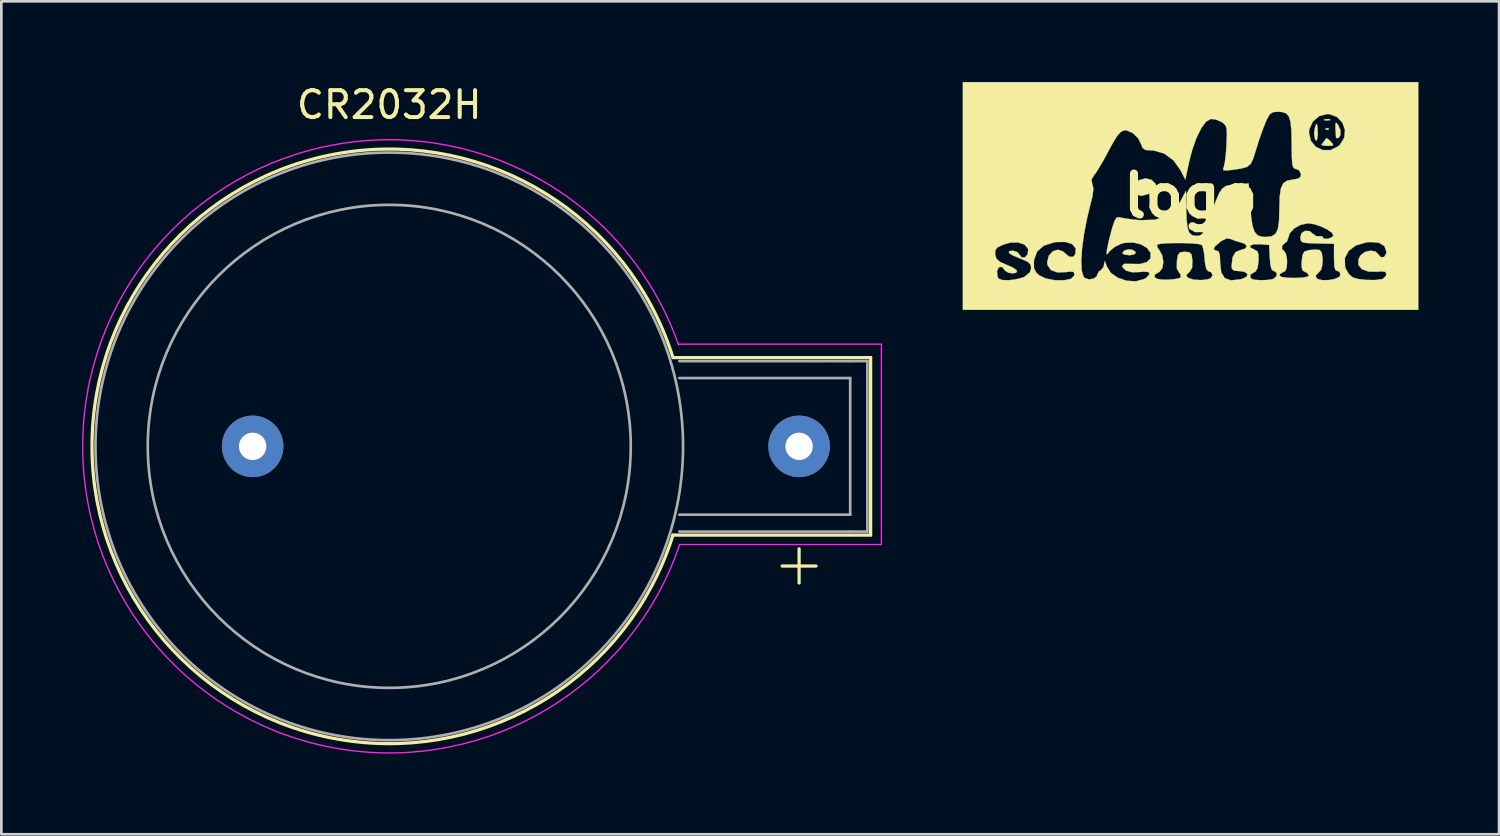
<source format=kicad_pcb>
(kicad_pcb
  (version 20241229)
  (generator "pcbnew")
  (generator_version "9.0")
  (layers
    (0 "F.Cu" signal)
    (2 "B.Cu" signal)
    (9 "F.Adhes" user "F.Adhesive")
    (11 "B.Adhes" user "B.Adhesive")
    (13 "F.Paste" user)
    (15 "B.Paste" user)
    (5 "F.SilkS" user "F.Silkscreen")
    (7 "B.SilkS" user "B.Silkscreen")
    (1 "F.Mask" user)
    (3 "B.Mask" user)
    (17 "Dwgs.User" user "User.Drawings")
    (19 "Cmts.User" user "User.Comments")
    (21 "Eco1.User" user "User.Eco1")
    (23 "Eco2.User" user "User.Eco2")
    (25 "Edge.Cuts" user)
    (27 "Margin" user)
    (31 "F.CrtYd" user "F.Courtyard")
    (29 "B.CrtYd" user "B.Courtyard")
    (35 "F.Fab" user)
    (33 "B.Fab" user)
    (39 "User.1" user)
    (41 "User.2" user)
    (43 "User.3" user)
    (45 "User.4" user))
  (footprint "logo"
    (layer "F.Cu")
    (at 41.222 4.238)
    (property "Reference" "logo" (at 0 0 0) (layer "F.SilkS") (effects (font (size 1.524 1.524) (thickness 0.3))))
    (attr through_hole)
    (fp_poly (pts (xy 5.136 -2.512) (xy 5.125 -2.461) (xy 5.08 -2.455) (xy 5.01 -2.486) (xy 5.024 -2.512) (xy 5.124 -2.522) (xy 5.136 -2.512)) (stroke (width 0.01) (type solid)) (fill yes) (layer "F.SilkS"))
    (fp_poly (pts (xy 5.186 -2.85) (xy 5.196 -2.819) (xy 5.08 -2.807) (xy 4.96 -2.821) (xy 4.974 -2.85) (xy 5.148 -2.861) (xy 5.186 -2.85)) (stroke (width 0.01) (type solid)) (fill yes) (layer "F.SilkS"))
    (fp_poly (pts (xy -2.159 2.001) (xy -2.039 2.084) (xy -2.07 2.159) (xy -2.235 2.2) (xy -2.286 2.201) (xy -2.464 2.179) (xy -2.54 2.127) (xy -2.54 2.126) (xy -2.469 2.03) (xy -2.309 1.983) (xy -2.159 2.001)) (stroke (width 0.01) (type solid)) (fill yes) (layer "F.SilkS"))
    (fp_poly (pts (xy 4.698 -2.67) (xy 4.72 -2.561) (xy 4.733 -2.313) (xy 4.72 -2.18) (xy 4.688 -2.054) (xy 4.646 -2.084) (xy 4.62 -2.138) (xy 4.593 -2.328) (xy 4.62 -2.519) (xy 4.67 -2.672) (xy 4.698 -2.67)) (stroke (width 0.01) (type solid)) (fill yes) (layer "F.SilkS"))
    (fp_poly (pts (xy 5.482 -2.652) (xy 5.574 -2.447) (xy 5.571 -2.254) (xy 5.503 -2.159) (xy 5.418 -2.154) (xy 5.409 -2.175) (xy 5.399 -2.301) (xy 5.388 -2.511) (xy 5.388 -2.52) (xy 5.388 -2.696) (xy 5.42 -2.724) (xy 5.482 -2.652)) (stroke (width 0.01) (type solid)) (fill yes) (layer "F.SilkS"))
    (fp_poly (pts (xy 5.18 -2.061) (xy 5.201 -2.038) (xy 5.299 -1.92) (xy 5.279 -1.872) (xy 5.118 -1.864) (xy 5.072 -1.864) (xy 4.907 -1.88) (xy 4.866 -1.917) (xy 4.877 -1.927) (xy 4.989 -2.062) (xy 5.006 -2.102) (xy 5.064 -2.151) (xy 5.18 -2.061)) (stroke (width 0.01) (type solid)) (fill yes) (layer "F.SilkS"))
    (fp_poly (pts (xy -1.447 -0.597) (xy -1.296 -0.447) (xy -1.295 -0.273) (xy -1.441 -0.121) (xy -1.486 -0.098) (xy -1.818 -0.006) (xy -2.088 -0.066) (xy -2.113 -0.08) (xy -2.189 -0.159) (xy -2.168 -0.278) (xy -2.118 -0.378) (xy -1.926 -0.587) (xy -1.673 -0.657) (xy -1.447 -0.597)) (stroke (width 0.01) (type solid)) (fill yes) (layer "F.SilkS"))
    (fp_poly (pts (xy 8.467 4.233) (xy -8.467 4.233) (xy -8.467 2.176) (xy -7.266 2.176) (xy -7.216 2.337) (xy -7.084 2.452) (xy -6.862 2.548) (xy -6.632 2.649) (xy -6.481 2.746) (xy -6.453 2.783) (xy -6.488 2.856) (xy -6.617 2.878) (xy -6.773 2.853) (xy -6.892 2.784) (xy -6.912 2.752) (xy -7.013 2.634) (xy -7.129 2.652) (xy -7.195 2.788) (xy -7.197 2.822) (xy -7.175 3) (xy -7.14 3.076) (xy -6.998 3.125) (xy -6.757 3.131) (xy -6.482 3.097) (xy -6.237 3.031) (xy -6.176 3.003) (xy -5.975 2.839) (xy -5.927 2.673) (xy -5.957 2.541) (xy -6.071 2.439) (xy -6.085 2.433) (xy -5.825 2.433) (xy -5.822 2.68) (xy -5.744 2.843) (xy -5.623 2.954) (xy -5.378 3.069) (xy -5.045 3.132) (xy -4.7 3.134) (xy -4.452 3.081) (xy -4.335 2.971) (xy -4.318 2.903) (xy -4.357 2.821) (xy -4.499 2.812) (xy -4.604 2.829) (xy -4.946 2.844) (xy -5.192 2.755) (xy -5.321 2.571) (xy -5.334 2.468) (xy -5.321 2.416) (xy -4.064 2.416) (xy -4.047 2.77) (xy -3.981 2.996) (xy -3.941 3.045) (xy -3.78 3.102) (xy -3.604 3.074) (xy -3.486 2.98) (xy -3.471 2.924) (xy -3.403 2.799) (xy -3.344 2.763) (xy -3.241 2.649) (xy -3.21 2.521) (xy -3.196 2.423) (xy -3.163 2.474) (xy -3.123 2.602) (xy -2.97 2.853) (xy -2.704 3.041) (xy -2.375 3.152) (xy -2.032 3.172) (xy -1.725 3.087) (xy -1.63 3.026) (xy -1.542 2.924) (xy -1.332 2.924) (xy -1.33 3.024) (xy -1.249 3.078) (xy -1.079 3.11) (xy -0.84 3.113) (xy -0.597 3.092) (xy -0.416 3.052) (xy -0.363 3.019) (xy -0.376 2.906) (xy -0.432 2.845) (xy -0.512 2.688) (xy -0.508 2.413) (xy -0.468 2.195) (xy -0.395 2.098) (xy -0.246 2.075) (xy -0.212 2.074) (xy -0.045 2.091) (xy 0.034 2.173) (xy 0.066 2.369) (xy 0.069 2.4) (xy 0.058 2.664) (xy -0.038 2.826) (xy -0.058 2.842) (xy -0.16 2.943) (xy -0.123 3.017) (xy -0.085 3.045) (xy 0.11 3.109) (xy 0.38 3.127) (xy 0.634 3.1) (xy 0.752 3.056) (xy 0.819 2.944) (xy 0.763 2.832) (xy 0.651 2.794) (xy 0.584 2.714) (xy 0.537 2.493) (xy 0.525 2.349) (xy 0.495 2.081) (xy 0.473 1.988) (xy 0.855 1.988) (xy 0.955 2.032) (xy 0.974 2.032) (xy 1.051 2.074) (xy 1.09 2.222) (xy 1.101 2.493) (xy 1.141 2.843) (xy 1.271 3.054) (xy 1.502 3.137) (xy 1.847 3.099) (xy 1.926 3.079) (xy 2.093 2.994) (xy 2.112 2.895) (xy 1.995 2.817) (xy 1.82 2.794) (xy 1.619 2.777) (xy 1.537 2.706) (xy 1.525 2.603) (xy 1.563 2.273) (xy 1.677 2.082) (xy 1.844 2.016) (xy 2.037 1.954) (xy 2.089 1.858) (xy 2.08 1.85) (xy 2.211 1.85) (xy 2.23 1.922) (xy 2.374 1.991) (xy 2.483 2.055) (xy 2.528 2.188) (xy 2.528 2.419) (xy 2.492 2.681) (xy 2.41 2.814) (xy 2.355 2.841) (xy 2.215 2.931) (xy 2.236 3.052) (xy 2.258 3.076) (xy 2.38 3.115) (xy 2.599 3.131) (xy 2.845 3.123) (xy 3.048 3.093) (xy 3.083 3.081) (xy 3.194 2.985) (xy 3.198 2.955) (xy 3.302 2.955) (xy 3.382 3.009) (xy 3.609 3.041) (xy 3.852 3.048) (xy 4.171 3.034) (xy 4.36 2.996) (xy 4.403 2.955) (xy 4.333 2.859) (xy 4.254 2.824) (xy 4.161 2.764) (xy 4.128 2.619) (xy 4.135 2.417) (xy 4.165 2.185) (xy 4.23 2.07) (xy 4.368 2.02) (xy 4.432 2.009) (xy 4.652 1.993) (xy 4.805 2.01) (xy 4.88 2.117) (xy 4.912 2.32) (xy 4.902 2.552) (xy 4.853 2.744) (xy 4.784 2.825) (xy 4.671 2.94) (xy 4.657 3.007) (xy 4.728 3.091) (xy 4.906 3.13) (xy 5.135 3.127) (xy 5.359 3.086) (xy 5.523 3.012) (xy 5.572 2.942) (xy 5.539 2.816) (xy 5.467 2.794) (xy 5.391 2.76) (xy 5.349 2.635) (xy 5.335 2.385) (xy 5.334 2.312) (xy 5.737 2.312) (xy 5.746 2.632) (xy 5.765 2.695) (xy 5.887 2.903) (xy 6.037 3.031) (xy 6.254 3.09) (xy 6.558 3.122) (xy 6.872 3.124) (xy 7.114 3.092) (xy 7.147 3.081) (xy 7.264 2.971) (xy 7.281 2.903) (xy 7.24 2.821) (xy 7.091 2.803) (xy 6.964 2.815) (xy 6.617 2.812) (xy 6.369 2.721) (xy 6.24 2.56) (xy 6.248 2.345) (xy 6.322 2.207) (xy 6.48 2.083) (xy 6.688 2.033) (xy 6.876 2.063) (xy 6.973 2.159) (xy 7.077 2.279) (xy 7.198 2.266) (xy 7.276 2.137) (xy 7.281 2.077) (xy 7.21 1.863) (xy 7.004 1.74) (xy 6.675 1.712) (xy 6.534 1.726) (xy 6.148 1.838) (xy 5.877 2.04) (xy 5.737 2.312) (xy 5.334 2.312) (xy 5.334 2.286) (xy 5.334 1.778) (xy 4.826 1.767) (xy 4.478 1.759) (xy 4.265 1.744) (xy 4.151 1.713) (xy 4.101 1.656) (xy 4.082 1.562) (xy 4.08 1.552) (xy 4.121 1.385) (xy 4.258 1.296) (xy 4.427 1.307) (xy 4.54 1.397) (xy 4.683 1.498) (xy 4.78 1.495) (xy 4.891 1.494) (xy 4.911 1.533) (xy 4.974 1.591) (xy 5.114 1.588) (xy 5.252 1.536) (xy 5.31 1.471) (xy 5.263 1.372) (xy 5.099 1.254) (xy 4.866 1.14) (xy 4.611 1.053) (xy 4.381 1.016) (xy 4.369 1.016) (xy 4.098 1.07) (xy 3.853 1.206) (xy 3.685 1.388) (xy 3.641 1.533) (xy 3.584 1.693) (xy 3.514 1.747) (xy 3.404 1.85) (xy 3.402 1.98) (xy 3.483 2.05) (xy 3.545 2.147) (xy 3.584 2.35) (xy 3.589 2.434) (xy 3.576 2.676) (xy 3.512 2.796) (xy 3.45 2.824) (xy 3.324 2.901) (xy 3.302 2.955) (xy 3.198 2.955) (xy 3.207 2.866) (xy 3.119 2.796) (xy 3.095 2.794) (xy 3.017 2.742) (xy 2.969 2.568) (xy 2.946 2.307) (xy 2.921 1.82) (xy 2.561 1.794) (xy 2.327 1.801) (xy 2.211 1.85) (xy 2.08 1.85) (xy 1.991 1.765) (xy 1.89 1.734) (xy 1.657 1.667) (xy 1.502 1.602) (xy 1.347 1.576) (xy 1.152 1.67) (xy 1.099 1.708) (xy 0.904 1.878) (xy 0.855 1.988) (xy 0.473 1.988) (xy 0.447 1.881) (xy 0.415 1.82) (xy 0.301 1.788) (xy 0.066 1.765) (xy -0.242 1.752) (xy -0.575 1.75) (xy -0.885 1.759) (xy -1.125 1.779) (xy -1.245 1.81) (xy -1.247 1.811) (xy -1.236 1.903) (xy -1.157 2.017) (xy -1.047 2.22) (xy -1.013 2.463) (xy -1.05 2.685) (xy -1.157 2.824) (xy -1.185 2.836) (xy -1.332 2.924) (xy -1.542 2.924) (xy -1.523 2.901) (xy -1.569 2.827) (xy -1.756 2.813) (xy -1.866 2.827) (xy -2.166 2.837) (xy -2.401 2.775) (xy -2.528 2.655) (xy -2.54 2.596) (xy -2.468 2.524) (xy -2.249 2.523) (xy -2.244 2.524) (xy -1.889 2.529) (xy -1.626 2.458) (xy -1.491 2.323) (xy -1.487 2.115) (xy -1.616 1.934) (xy -1.842 1.8) (xy -2.13 1.73) (xy -2.444 1.742) (xy -2.571 1.774) (xy -2.814 1.891) (xy -3 2.041) (xy -3.014 2.06) (xy -3.101 2.169) (xy -3.128 2.156) (xy -3.108 2.002) (xy -3.096 1.933) (xy -3.039 1.663) (xy -2.955 1.334) (xy -2.913 1.184) (xy -2.829 0.931) (xy -2.756 0.81) (xy -2.665 0.786) (xy -2.598 0.801) (xy -2.417 0.837) (xy -2.135 0.875) (xy -1.863 0.901) (xy -1.32 0.882) (xy -0.881 0.731) (xy -0.54 0.446) (xy -0.364 0.177) (xy -0.169 -0.196) (xy -0.161 0.431) (xy -0.147 0.876) (xy -0.113 1.177) (xy -0.05 1.361) (xy 0.051 1.454) (xy 0.2 1.482) (xy 0.215 1.482) (xy 0.326 1.474) (xy 0.412 1.433) (xy 0.492 1.331) (xy 0.581 1.142) (xy 0.699 0.837) (xy 0.797 0.57) (xy 0.947 0.164) (xy 1.065 -0.11) (xy 1.18 -0.28) (xy 1.319 -0.373) (xy 1.51 -0.418) (xy 1.781 -0.441) (xy 1.82 -0.443) (xy 2.159 -0.466) (xy 2.212 0.296) (xy 2.253 0.781) (xy 2.306 1.12) (xy 2.384 1.34) (xy 2.497 1.464) (xy 2.657 1.516) (xy 2.794 1.524) (xy 3.008 1.5) (xy 3.154 1.412) (xy 3.243 1.234) (xy 3.289 0.941) (xy 3.302 0.507) (xy 3.302 0.466) (xy 3.314 0.022) (xy 3.357 -0.281) (xy 3.445 -0.469) (xy 3.588 -0.57) (xy 3.785 -0.608) (xy 4.002 -0.645) (xy 4.094 -0.724) (xy 4.106 -0.804) (xy 4.036 -0.958) (xy 3.935 -0.998) (xy 3.859 -1.021) (xy 3.81 -1.082) (xy 3.78 -1.212) (xy 3.766 -1.442) (xy 3.76 -1.801) (xy 3.759 -1.945) (xy 3.751 -2.359) (xy 4.403 -2.359) (xy 4.473 -2.051) (xy 4.657 -1.829) (xy 4.914 -1.709) (xy 5.202 -1.707) (xy 5.482 -1.841) (xy 5.55 -1.901) (xy 5.714 -2.166) (xy 5.741 -2.455) (xy 5.647 -2.726) (xy 5.451 -2.936) (xy 5.169 -3.042) (xy 5.08 -3.048) (xy 4.785 -2.971) (xy 4.549 -2.77) (xy 4.417 -2.49) (xy 4.403 -2.359) (xy 3.751 -2.359) (xy 3.75 -2.419) (xy 3.718 -2.749) (xy 3.654 -2.96) (xy 3.547 -3.077) (xy 3.385 -3.126) (xy 3.246 -3.133) (xy 3.068 -3.117) (xy 2.951 -3.045) (xy 2.849 -2.874) (xy 2.786 -2.733) (xy 2.673 -2.442) (xy 2.544 -2.07) (xy 2.434 -1.718) (xy 2.333 -1.394) (xy 2.238 -1.195) (xy 2.104 -1.083) (xy 1.889 -1.021) (xy 1.576 -0.974) (xy 1.333 -0.946) (xy 1.223 -0.956) (xy 1.211 -1.015) (xy 1.234 -1.073) (xy 1.271 -1.227) (xy 1.306 -1.499) (xy 1.332 -1.836) (xy 1.336 -1.92) (xy 1.348 -2.264) (xy 1.341 -2.481) (xy 1.306 -2.611) (xy 1.233 -2.696) (xy 1.154 -2.752) (xy 0.933 -2.846) (xy 0.746 -2.864) (xy 0.575 -2.762) (xy 0.396 -2.518) (xy 0.22 -2.16) (xy 0.061 -1.713) (xy -0.054 -1.266) (xy -0.195 -0.608) (xy -0.373 -0.96) (xy -0.636 -1.326) (xy -0.98 -1.578) (xy -1.369 -1.69) (xy -1.45 -1.693) (xy -1.672 -1.711) (xy -1.783 -1.786) (xy -1.826 -1.897) (xy -1.948 -2.145) (xy -2.15 -2.341) (xy -2.378 -2.44) (xy -2.468 -2.441) (xy -2.586 -2.39) (xy -2.714 -2.254) (xy -2.87 -2.008) (xy -3.048 -1.68) (xy -3.23 -1.343) (xy -3.402 -1.048) (xy -3.537 -0.838) (xy -3.584 -0.777) (xy -3.687 -0.611) (xy -3.655 -0.45) (xy -3.652 -0.444) (xy -3.612 -0.266) (xy -3.647 0.007) (xy -3.689 0.177) (xy -3.845 0.813) (xy -3.961 1.414) (xy -4.035 1.956) (xy -4.064 2.416) (xy -5.321 2.416) (xy -5.274 2.223) (xy -5.125 2.059) (xy -4.931 1.997) (xy -4.737 2.063) (xy -4.678 2.118) (xy -4.5 2.264) (xy -4.357 2.258) (xy -4.287 2.159) (xy -4.272 1.945) (xy -4.399 1.791) (xy -4.646 1.71) (xy -4.994 1.713) (xy -5.061 1.723) (xy -5.452 1.844) (xy -5.703 2.06) (xy -5.819 2.374) (xy -5.825 2.433) (xy -6.085 2.433) (xy -6.309 2.335) (xy -6.35 2.32) (xy -6.62 2.207) (xy -6.755 2.114) (xy -6.746 2.052) (xy -6.601 2.032) (xy -6.439 2.087) (xy -6.381 2.159) (xy -6.279 2.284) (xy -6.158 2.282) (xy -6.063 2.182) (xy -6.039 2.013) (xy -6.053 1.95) (xy -6.181 1.802) (xy -6.417 1.728) (xy -6.714 1.736) (xy -6.977 1.812) (xy -7.182 1.916) (xy -7.264 2.028) (xy -7.266 2.176) (xy -8.467 2.176) (xy -8.467 -4.233) (xy 8.467 -4.233) (xy 8.467 4.233)) (stroke (width 0.01) (type solid)) (fill yes) (layer "F.SilkS")))
  (footprint "CR2032H"
    (placed yes)
    (layer "F.Cu")
    (at 26.665 13.548)
    (property "Reference" "CR2032H" (at -15.24 -12.7 0) (layer "F.SilkS") (effects (font (size 1 1) (thickness 0.15))))
    (attr through_hole)
    (fp_line (start -4.69 -3.3) (end 2.66 -3.3) (stroke (width 0.12) (type solid)) (layer "F.SilkS"))
    (fp_line (start -0.63 4.45) (end 0.63 4.45) (stroke (width 0.12) (type solid)) (layer "F.SilkS"))
    (fp_line (start 0 3.81) (end 0 5.08) (stroke (width 0.12) (type solid)) (layer "F.SilkS"))
    (fp_line (start 2.66 -3.3) (end 2.66 3.3) (stroke (width 0.12) (type solid)) (layer "F.SilkS"))
    (fp_line (start 2.66 3.3) (end -4.69 3.3) (stroke (width 0.12) (type solid)) (layer "F.SilkS"))
    (fp_arc (start -4.69 3.3) (mid -26.294043 0.02518) (end -4.705144 -3.34803) (stroke (width 0.12) (type solid)) (layer "F.SilkS"))
    (fp_line (start -4.49 -3.8) (end 3.06 -3.8) (stroke (width 0.05) (type solid)) (layer "F.CrtYd"))
    (fp_line (start 3.06 -3.8) (end 3.06 3.65) (stroke (width 0.05) (type solid)) (layer "F.CrtYd"))
    (fp_line (start 3.06 3.65) (end -4.44 3.65) (stroke (width 0.05) (type solid)) (layer "F.CrtYd"))
    (fp_arc (start -4.44 3.65) (mid -26.639924 0.064993) (end -4.482319 -3.772905) (stroke (width 0.05) (type solid)) (layer "F.CrtYd"))
    (fp_line (start -4.45 -3.17) (end 0.63 -3.17) (stroke (width 0.1) (type solid)) (layer "F.Fab"))
    (fp_line (start -4.45 -2.54) (end 1.9 -2.54) (stroke (width 0.1) (type solid)) (layer "F.Fab"))
    (fp_line (start 0.63 -3.17) (end 1.9 -3.17) (stroke (width 0.1) (type solid)) (layer "F.Fab"))
    (fp_line (start 1.9 -3.17) (end 2.54 -3.17) (stroke (width 0.1) (type solid)) (layer "F.Fab"))
    (fp_line (start 1.9 -2.54) (end 1.9 2.54) (stroke (width 0.1) (type solid)) (layer "F.Fab"))
    (fp_line (start 1.9 2.54) (end -4.45 2.54) (stroke (width 0.1) (type solid)) (layer "F.Fab"))
    (fp_line (start 1.9 3.17) (end -4.45 3.17) (stroke (width 0.1) (type solid)) (layer "F.Fab"))
    (fp_line (start 2.54 -3.17) (end 2.54 3.17) (stroke (width 0.1) (type solid)) (layer "F.Fab"))
    (fp_line (start 2.54 3.17) (end 1.9 3.17) (stroke (width 0.1) (type solid)) (layer "F.Fab"))
    (fp_circle (center -15.24 0) (end -16.51 -8.89) (stroke (width 0.1) (type solid)) (fill no) (layer "F.Fab"))
    (fp_circle (center -15.24 0) (end -8.89 8.89) (stroke (width 0.1) (type solid)) (fill no) (layer "F.Fab"))
    (pad "1" thru_hole circle (at 0 0) (size 2.29 2.29) (drill 1.02) (layers "*.Cu" "*.Mask"))
    (pad "2" thru_hole circle (at -20.32 0) (size 2.29 2.29) (drill 1.02) (layers "*.Cu" "*.Mask")))
  (gr_rect
    (start -3 -3)
    (end 52.693 27.973)
    (stroke (width 0.1) (type default))
    (fill no)
    (layer "Edge.Cuts")))
</source>
